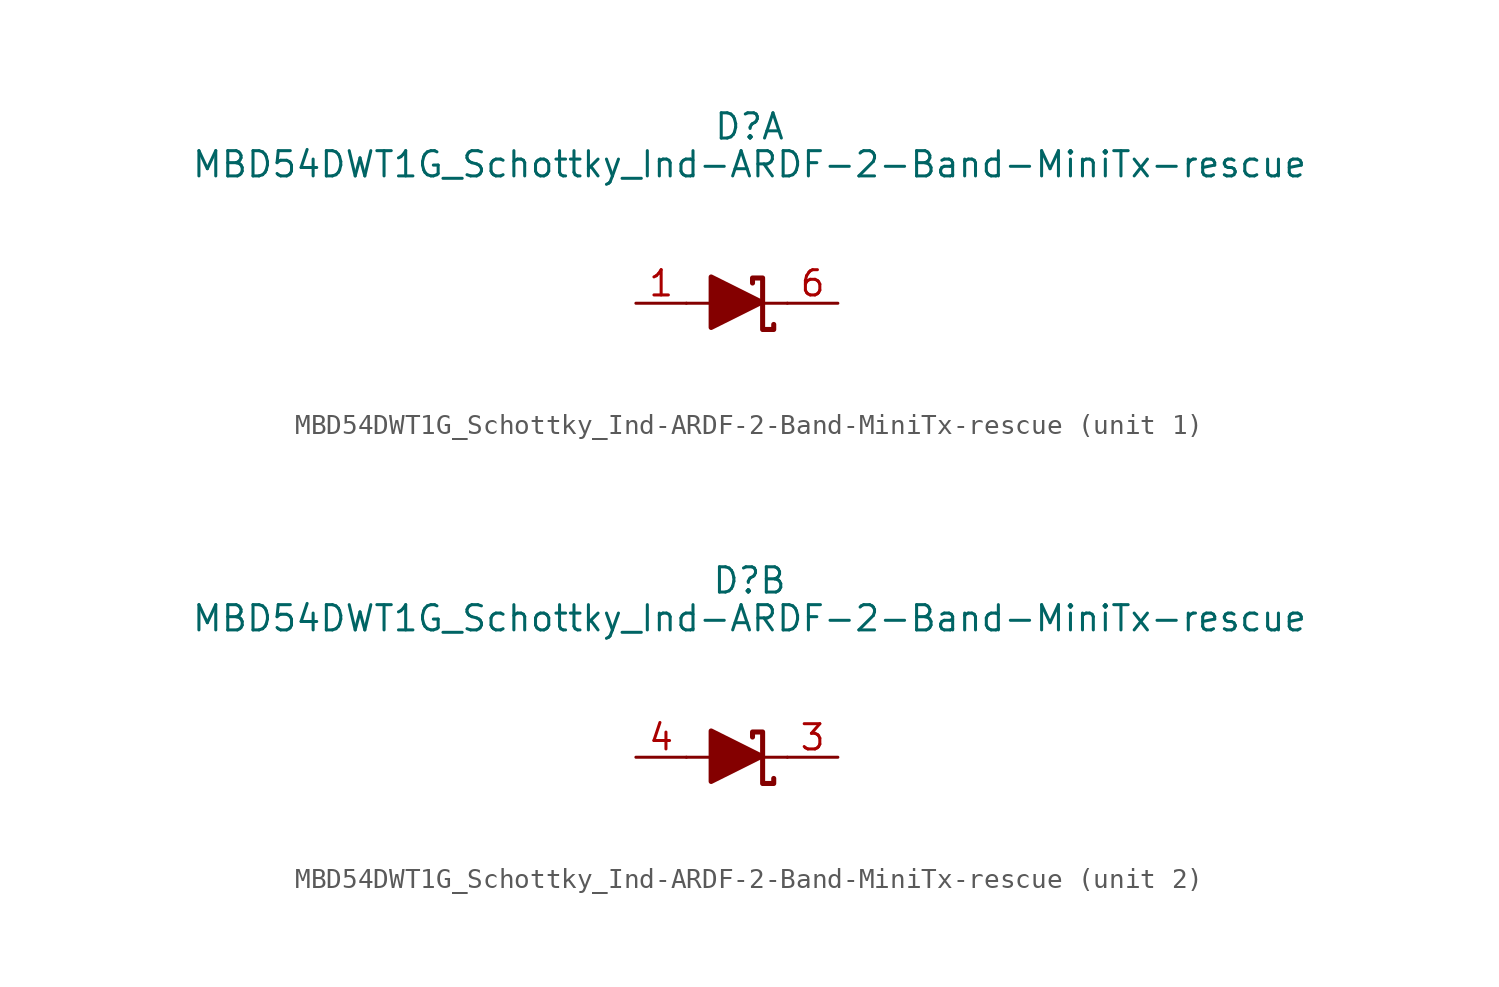
<source format=kicad_sym>
(kicad_symbol_lib
  (version 20211014)
  (generator kicad_symbol_editor)
  (symbol "MBD54DWT1G_Schottky_Ind-ARDF-2-Band-MiniTx-rescue"
    (pin_names
      (offset 0.762) hide)
    (property "Reference" "D"
      (at 0.635 8.89 0)
      (effects (font (size 1.27 1.27))))
    (property "Value" "MBD54DWT1G_Schottky_Ind-ARDF-2-Band-MiniTx-rescue"
      (at 0.635 6.985 0)
      (effects (font (size 1.27 1.27))))
    (property "Footprint" ""
      (at 0 0 0)
      (effects (font (size 1.27 1.27))))
    (property "Datasheet" ""
      (at 0 0 0)
      (effects (font (size 1.27 1.27))))
    (symbol "MBD54DWT1G_Schottky_Ind-ARDF-2-Band-MiniTx-rescue_0_1"
      (polyline (pts (xy 1.295 -1.321) (xy 1.295 1.219) (xy 1.295 1.219)) (stroke (width 0.254) (type default) (color 0 0 0 0)) (fill (type none)))
      (polyline (pts (xy 2.54 0) (xy 1.905 0) (xy -2.54 0)) (stroke (width 0.152) (type default) (color 0 0 0 0)) (fill (type none)))
      (polyline (pts (xy 1.346 -1.321) (xy 1.854 -1.321) (xy 1.854 -1.067) (xy 1.854 -1.067)) (stroke (width 0.254) (type default) (color 0 0 0 0)) (fill (type none)))
      (polyline (pts (xy 0.787 1.016) (xy 0.787 1.27) (xy 1.295 1.27) (xy 1.295 1.27) (xy 1.295 1.27)) (stroke (width 0.254) (type default) (color 0 0 0 0)) (fill (type none)))
      (polyline (pts (xy -1.295 1.321) (xy 1.245 0.051) (xy -1.295 -1.219) (xy -1.295 1.321) (xy -1.295 1.321) (xy -1.295 1.321)) (stroke (width 0.254) (type default) (color 0 0 0 0)) (fill (type outline)))
      (pin no_connect line (at -2.54 -3.81 180) (length 2.54) hide (name "nc" (effects (font (size 1.27 1.27)))) (number "2" (effects (font (size 1.27 1.27)))))
      (pin no_connect line (at 3.81 -3.81 180) (length 2.54) hide (name "nc" (effects (font (size 1.27 1.27)))) (number "5" (effects (font (size 1.27 1.27))))))
    (symbol "MBD54DWT1G_Schottky_Ind-ARDF-2-Band-MiniTx-rescue_1_1"
      (pin passive line (at -5.08 0 0) (length 2.54) (name "A" (effects (font (size 1.27 1.27)))) (number "1" (effects (font (size 1.27 1.27)))))
      (pin passive line (at 5.08 0 180) (length 2.54) (name "C" (effects (font (size 1.27 1.27)))) (number "6" (effects (font (size 1.27 1.27))))))
    (symbol "MBD54DWT1G_Schottky_Ind-ARDF-2-Band-MiniTx-rescue_2_1"
      (pin passive line (at 5.08 0 180) (length 2.54) (name "C" (effects (font (size 1.27 1.27)))) (number "3" (effects (font (size 1.27 1.27)))))
      (pin passive line (at -5.08 0 0) (length 2.54) (name "A" (effects (font (size 1.27 1.27)))) (number "4" (effects (font (size 1.27 1.27))))))))
</source>
